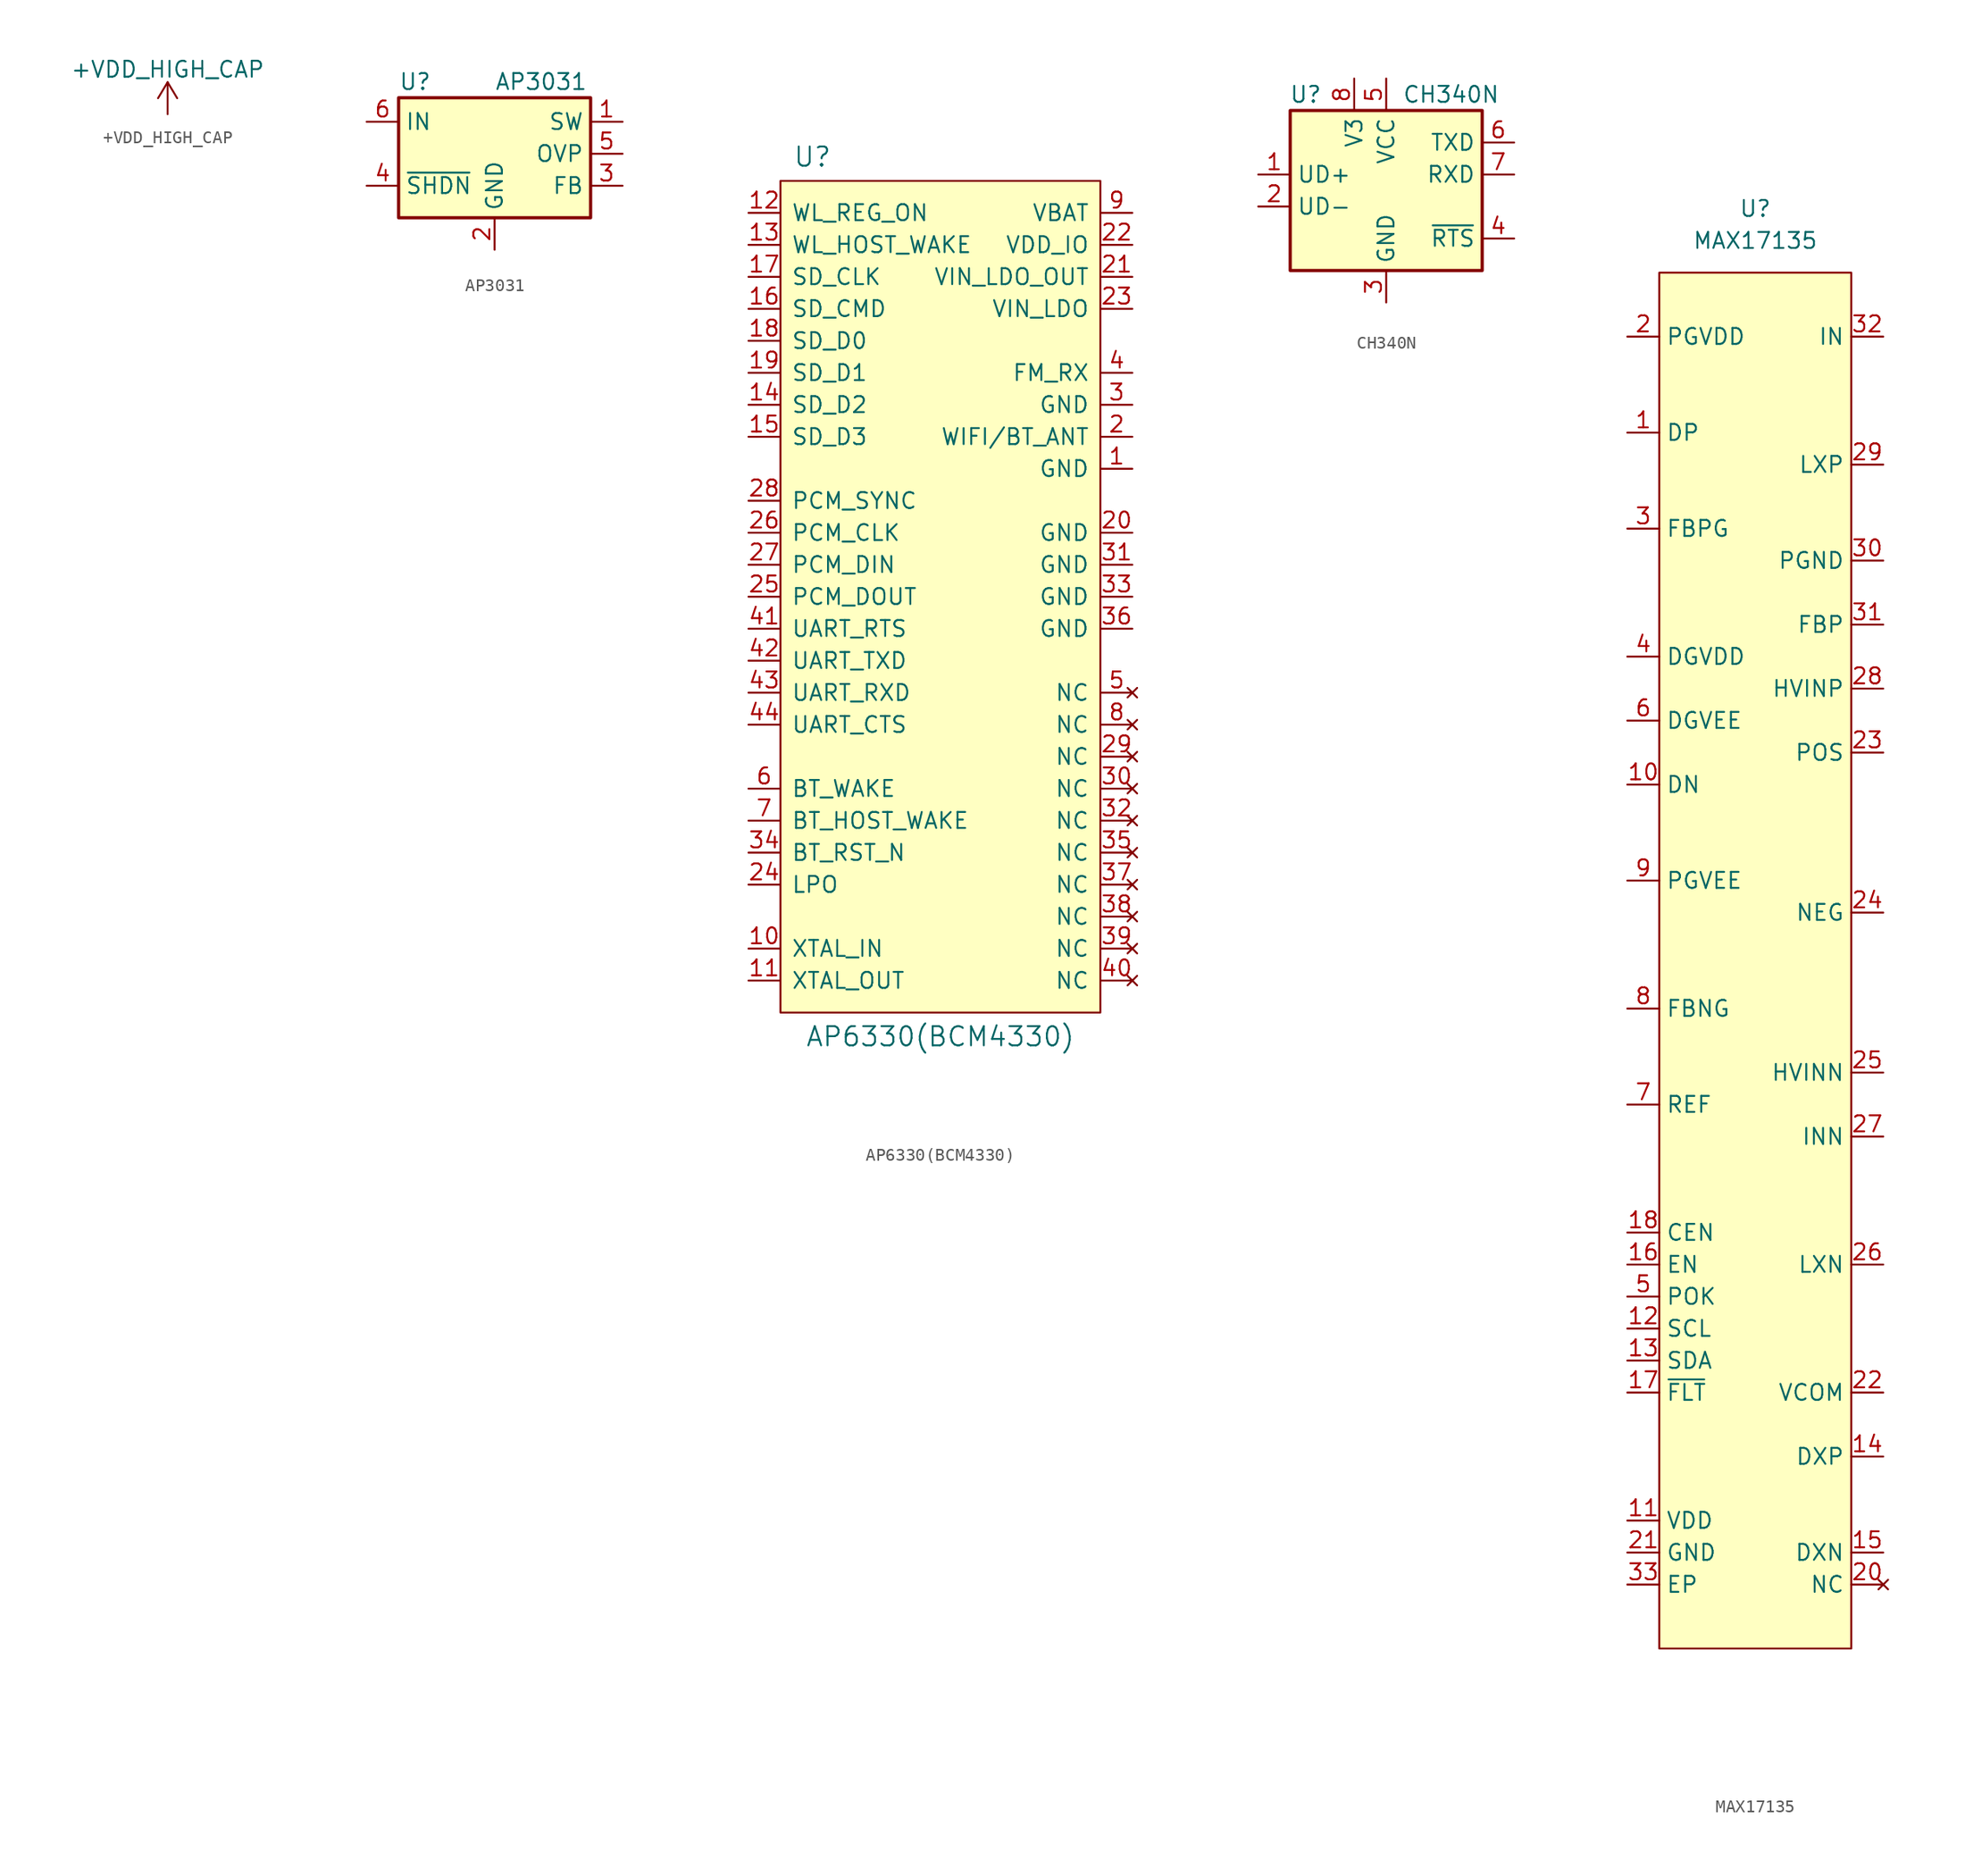
<source format=kicad_sym>
(kicad_symbol_lib
  (version 20210619)
  (generator kicad_symbol_editor)
  (symbol "symbols:+VDD_HIGH_CAP"
    (power)
    (pin_names
      (offset 0))
    (property "Reference" "#PWR"
      (at 0 -3.81 0)
      (effects (font (size 1.27 1.27)) hide))
    (property "Value" "+VDD_HIGH_CAP"
      (at 0 3.556 0)
      (effects (font (size 1.27 1.27))))
    (symbol "+VDD_HIGH_CAP_0_1"
      (polyline (pts (xy -0.762 1.27) (xy 0 2.54)) (stroke (width 0)) (fill (type none)))
      (polyline (pts (xy 0 0) (xy 0 2.54)) (stroke (width 0)) (fill (type none)))
      (polyline (pts (xy 0 2.54) (xy 0.762 1.27)) (stroke (width 0)) (fill (type none))))
    (symbol "+VDD_HIGH_CAP_1_1"
      (pin power_in line (at 0 0 90) (length 0) hide (name "+VDD_HIGH_CAP" (effects (font (size 1.27 1.27)))) (number "1" (effects (font (size 1.27 1.27)))))))
  (symbol "symbols:AP3031"
    (property "Reference" "U"
      (at -7.62 5.715 0)
      (effects (font (size 1.27 1.27)) (justify left)))
    (property "Value" "AP3031"
      (at 0 5.715 0)
      (effects (font (size 1.27 1.27)) (justify left)))
    (symbol "AP3031_0_1"
      (rectangle (start -7.62 4.445) (end 7.62 -5.08) (stroke (width 0.254)) (fill (type background))))
    (symbol "AP3031_1_1"
      (pin passive line (at 10.16 2.54 180) (length 2.54) (name "SW" (effects (font (size 1.27 1.27)))) (number "1" (effects (font (size 1.27 1.27)))))
      (pin power_in line (at 0 -7.62 90) (length 2.54) (name "GND" (effects (font (size 1.27 1.27)))) (number "2" (effects (font (size 1.27 1.27)))))
      (pin input line (at 10.16 -2.54 180) (length 2.54) (name "FB" (effects (font (size 1.27 1.27)))) (number "3" (effects (font (size 1.27 1.27)))))
      (pin input line (at -10.16 -2.54 0) (length 2.54) (name "~{SHDN}" (effects (font (size 1.27 1.27)))) (number "4" (effects (font (size 1.27 1.27)))))
      (pin input line (at 10.16 0 180) (length 2.54) (name "OVP" (effects (font (size 1.27 1.27)))) (number "5" (effects (font (size 1.27 1.27)))))
      (pin power_in line (at -10.16 2.54 0) (length 2.54) (name "IN" (effects (font (size 1.27 1.27)))) (number "6" (effects (font (size 1.27 1.27)))))))
  (symbol "symbols:AP6330(BCM4330)"
    (pin_names
      (offset 0.889))
    (property "Reference" "U"
      (at -10.16 34.925 0)
      (effects (font (size 1.524 1.524))))
    (property "Value" "AP6330(BCM4330)"
      (at 0 -34.925 0)
      (effects (font (size 1.524 1.524))))
    (symbol "AP6330(BCM4330)_0_1"
      (rectangle (start 12.7 33.02) (end -12.7 -33.02) (stroke (width 0)) (fill (type background))))
    (symbol "AP6330(BCM4330)_1_1"
      (pin power_in line (at 15.24 10.16 180) (length 2.489) (name "GND" (effects (font (size 1.27 1.27)))) (number "1" (effects (font (size 1.27 1.27)))))
      (pin input line (at -15.24 -27.94 0) (length 2.489) (name "XTAL_IN" (effects (font (size 1.27 1.27)))) (number "10" (effects (font (size 1.27 1.27)))))
      (pin output line (at -15.24 -30.48 0) (length 2.489) (name "XTAL_OUT" (effects (font (size 1.27 1.27)))) (number "11" (effects (font (size 1.27 1.27)))))
      (pin input line (at -15.24 30.48 0) (length 2.489) (name "WL_REG_ON" (effects (font (size 1.27 1.27)))) (number "12" (effects (font (size 1.27 1.27)))))
      (pin output line (at -15.24 27.94 0) (length 2.489) (name "WL_HOST_WAKE" (effects (font (size 1.27 1.27)))) (number "13" (effects (font (size 1.27 1.27)))))
      (pin bidirectional line (at -15.24 15.24 0) (length 2.489) (name "SD_D2" (effects (font (size 1.27 1.27)))) (number "14" (effects (font (size 1.27 1.27)))))
      (pin bidirectional line (at -15.24 12.7 0) (length 2.489) (name "SD_D3" (effects (font (size 1.27 1.27)))) (number "15" (effects (font (size 1.27 1.27)))))
      (pin bidirectional line (at -15.24 22.86 0) (length 2.489) (name "SD_CMD" (effects (font (size 1.27 1.27)))) (number "16" (effects (font (size 1.27 1.27)))))
      (pin input line (at -15.24 25.4 0) (length 2.489) (name "SD_CLK" (effects (font (size 1.27 1.27)))) (number "17" (effects (font (size 1.27 1.27)))))
      (pin bidirectional line (at -15.24 20.32 0) (length 2.489) (name "SD_D0" (effects (font (size 1.27 1.27)))) (number "18" (effects (font (size 1.27 1.27)))))
      (pin bidirectional line (at -15.24 17.78 0) (length 2.489) (name "SD_D1" (effects (font (size 1.27 1.27)))) (number "19" (effects (font (size 1.27 1.27)))))
      (pin bidirectional line (at 15.24 12.7 180) (length 2.489) (name "WIFI/BT_ANT" (effects (font (size 1.27 1.27)))) (number "2" (effects (font (size 1.27 1.27)))))
      (pin power_in line (at 15.24 5.08 180) (length 2.489) (name "GND" (effects (font (size 1.27 1.27)))) (number "20" (effects (font (size 1.27 1.27)))))
      (pin power_out line (at 15.24 25.4 180) (length 2.489) (name "VIN_LDO_OUT" (effects (font (size 1.27 1.27)))) (number "21" (effects (font (size 1.27 1.27)))))
      (pin power_in line (at 15.24 27.94 180) (length 2.489) (name "VDD_IO" (effects (font (size 1.27 1.27)))) (number "22" (effects (font (size 1.27 1.27)))))
      (pin power_in line (at 15.24 22.86 180) (length 2.489) (name "VIN_LDO" (effects (font (size 1.27 1.27)))) (number "23" (effects (font (size 1.27 1.27)))))
      (pin bidirectional line (at -15.24 -22.86 0) (length 2.489) (name "LPO" (effects (font (size 1.27 1.27)))) (number "24" (effects (font (size 1.27 1.27)))))
      (pin output line (at -15.24 0 0) (length 2.489) (name "PCM_DOUT" (effects (font (size 1.27 1.27)))) (number "25" (effects (font (size 1.27 1.27)))))
      (pin input line (at -15.24 5.08 0) (length 2.489) (name "PCM_CLK" (effects (font (size 1.27 1.27)))) (number "26" (effects (font (size 1.27 1.27)))))
      (pin input line (at -15.24 2.54 0) (length 2.489) (name "PCM_DIN" (effects (font (size 1.27 1.27)))) (number "27" (effects (font (size 1.27 1.27)))))
      (pin input line (at -15.24 7.62 0) (length 2.489) (name "PCM_SYNC" (effects (font (size 1.27 1.27)))) (number "28" (effects (font (size 1.27 1.27)))))
      (pin no_connect line (at 15.24 -12.7 180) (length 2.489) (name "NC" (effects (font (size 1.27 1.27)))) (number "29" (effects (font (size 1.27 1.27)))))
      (pin power_in line (at 15.24 15.24 180) (length 2.489) (name "GND" (effects (font (size 1.27 1.27)))) (number "3" (effects (font (size 1.27 1.27)))))
      (pin no_connect line (at 15.24 -15.24 180) (length 2.489) (name "NC" (effects (font (size 1.27 1.27)))) (number "30" (effects (font (size 1.27 1.27)))))
      (pin power_in line (at 15.24 2.54 180) (length 2.489) (name "GND" (effects (font (size 1.27 1.27)))) (number "31" (effects (font (size 1.27 1.27)))))
      (pin no_connect line (at 15.24 -17.78 180) (length 2.489) (name "NC" (effects (font (size 1.27 1.27)))) (number "32" (effects (font (size 1.27 1.27)))))
      (pin power_in line (at 15.24 0 180) (length 2.489) (name "GND" (effects (font (size 1.27 1.27)))) (number "33" (effects (font (size 1.27 1.27)))))
      (pin input line (at -15.24 -20.32 0) (length 2.489) (name "BT_RST_N" (effects (font (size 1.27 1.27)))) (number "34" (effects (font (size 1.27 1.27)))))
      (pin no_connect line (at 15.24 -20.32 180) (length 2.489) (name "NC" (effects (font (size 1.27 1.27)))) (number "35" (effects (font (size 1.27 1.27)))))
      (pin power_in line (at 15.24 -2.54 180) (length 2.489) (name "GND" (effects (font (size 1.27 1.27)))) (number "36" (effects (font (size 1.27 1.27)))))
      (pin no_connect line (at 15.24 -22.86 180) (length 2.489) (name "NC" (effects (font (size 1.27 1.27)))) (number "37" (effects (font (size 1.27 1.27)))))
      (pin no_connect line (at 15.24 -25.4 180) (length 2.489) (name "NC" (effects (font (size 1.27 1.27)))) (number "38" (effects (font (size 1.27 1.27)))))
      (pin no_connect line (at 15.24 -27.94 180) (length 2.489) (name "NC" (effects (font (size 1.27 1.27)))) (number "39" (effects (font (size 1.27 1.27)))))
      (pin input line (at 15.24 17.78 180) (length 2.489) (name "FM_RX" (effects (font (size 1.27 1.27)))) (number "4" (effects (font (size 1.27 1.27)))))
      (pin no_connect line (at 15.24 -30.48 180) (length 2.489) (name "NC" (effects (font (size 1.27 1.27)))) (number "40" (effects (font (size 1.27 1.27)))))
      (pin output line (at -15.24 -2.54 0) (length 2.489) (name "UART_RTS" (effects (font (size 1.27 1.27)))) (number "41" (effects (font (size 1.27 1.27)))))
      (pin output line (at -15.24 -5.08 0) (length 2.489) (name "UART_TXD" (effects (font (size 1.27 1.27)))) (number "42" (effects (font (size 1.27 1.27)))))
      (pin input line (at -15.24 -7.62 0) (length 2.489) (name "UART_RXD" (effects (font (size 1.27 1.27)))) (number "43" (effects (font (size 1.27 1.27)))))
      (pin input line (at -15.24 -10.16 0) (length 2.489) (name "UART_CTS" (effects (font (size 1.27 1.27)))) (number "44" (effects (font (size 1.27 1.27)))))
      (pin no_connect line (at 15.24 -7.62 180) (length 2.489) (name "NC" (effects (font (size 1.27 1.27)))) (number "5" (effects (font (size 1.27 1.27)))))
      (pin input line (at -15.24 -15.24 0) (length 2.489) (name "BT_WAKE" (effects (font (size 1.27 1.27)))) (number "6" (effects (font (size 1.27 1.27)))))
      (pin output line (at -15.24 -17.78 0) (length 2.489) (name "BT_HOST_WAKE" (effects (font (size 1.27 1.27)))) (number "7" (effects (font (size 1.27 1.27)))))
      (pin no_connect line (at 15.24 -10.16 180) (length 2.489) (name "NC" (effects (font (size 1.27 1.27)))) (number "8" (effects (font (size 1.27 1.27)))))
      (pin power_in line (at 15.24 30.48 180) (length 2.489) (name "VBAT" (effects (font (size 1.27 1.27)))) (number "9" (effects (font (size 1.27 1.27)))))))
  (symbol "symbols:CH340N"
    (property "Reference" "U"
      (at -5.08 8.89 0)
      (effects (font (size 1.27 1.27)) (justify right)))
    (property "Value" "CH340N"
      (at 1.27 8.89 0)
      (effects (font (size 1.27 1.27)) (justify left)))
    (symbol "CH340N_0_1"
      (rectangle (start -7.62 7.62) (end 7.62 -5.08) (stroke (width 0.254)) (fill (type background))))
    (symbol "CH340N_1_1"
      (pin bidirectional line (at -10.16 2.54 0) (length 2.54) (name "UD+" (effects (font (size 1.27 1.27)))) (number "1" (effects (font (size 1.27 1.27)))))
      (pin bidirectional line (at -10.16 0 0) (length 2.54) (name "UD-" (effects (font (size 1.27 1.27)))) (number "2" (effects (font (size 1.27 1.27)))))
      (pin power_in line (at 0 -7.62 90) (length 2.54) (name "GND" (effects (font (size 1.27 1.27)))) (number "3" (effects (font (size 1.27 1.27)))))
      (pin output line (at 10.16 -2.54 180) (length 2.54) (name "~{RTS}" (effects (font (size 1.27 1.27)))) (number "4" (effects (font (size 1.27 1.27)))))
      (pin power_in line (at 0 10.16 270) (length 2.54) (name "VCC" (effects (font (size 1.27 1.27)))) (number "5" (effects (font (size 1.27 1.27)))))
      (pin output line (at 10.16 5.08 180) (length 2.54) (name "TXD" (effects (font (size 1.27 1.27)))) (number "6" (effects (font (size 1.27 1.27)))))
      (pin input line (at 10.16 2.54 180) (length 2.54) (name "RXD" (effects (font (size 1.27 1.27)))) (number "7" (effects (font (size 1.27 1.27)))))
      (pin passive line (at -2.54 10.16 270) (length 2.54) (name "V3" (effects (font (size 1.27 1.27)))) (number "8" (effects (font (size 1.27 1.27)))))))
  (symbol "symbols:MAX17135"
    (property "Reference" "U"
      (at 0 0 0)
      (effects (font (size 1.27 1.27))))
    (property "Value" "MAX17135"
      (at 0 -2.54 0)
      (effects (font (size 1.27 1.27))))
    (symbol "MAX17135_0_1"
      (rectangle (start -7.62 -5.08) (end 7.62 -114.3) (stroke (width 0.152)) (fill (type background))))
    (symbol "MAX17135_1_1"
      (pin input line (at -10.16 -17.78 0) (length 2.54) (name "DP" (effects (font (size 1.27 1.27)))) (number "1" (effects (font (size 1.27 1.27)))))
      (pin input line (at -10.16 -45.72 0) (length 2.54) (name "DN" (effects (font (size 1.27 1.27)))) (number "10" (effects (font (size 1.27 1.27)))))
      (pin input line (at -10.16 -104.14 0) (length 2.54) (name "VDD" (effects (font (size 1.27 1.27)))) (number "11" (effects (font (size 1.27 1.27)))))
      (pin input line (at -10.16 -88.9 0) (length 2.54) (name "SCL" (effects (font (size 1.27 1.27)))) (number "12" (effects (font (size 1.27 1.27)))))
      (pin input line (at -10.16 -91.44 0) (length 2.54) (name "SDA" (effects (font (size 1.27 1.27)))) (number "13" (effects (font (size 1.27 1.27)))))
      (pin input line (at 10.16 -99.06 180) (length 2.54) (name "DXP" (effects (font (size 1.27 1.27)))) (number "14" (effects (font (size 1.27 1.27)))))
      (pin input line (at 10.16 -106.68 180) (length 2.54) (name "DXN" (effects (font (size 1.27 1.27)))) (number "15" (effects (font (size 1.27 1.27)))))
      (pin input line (at -10.16 -83.82 0) (length 2.54) (name "EN" (effects (font (size 1.27 1.27)))) (number "16" (effects (font (size 1.27 1.27)))))
      (pin input line (at -10.16 -93.98 0) (length 2.54) (name "~{FLT}" (effects (font (size 1.27 1.27)))) (number "17" (effects (font (size 1.27 1.27)))))
      (pin input line (at -10.16 -81.28 0) (length 2.54) (name "CEN" (effects (font (size 1.27 1.27)))) (number "18" (effects (font (size 1.27 1.27)))))
      (pin no_connect line (at 10.16 -109.22 180) (length 2.54) hide (name "NC" (effects (font (size 1.27 1.27)))) (number "19" (effects (font (size 1.27 1.27)))))
      (pin input line (at -10.16 -10.16 0) (length 2.54) (name "PGVDD" (effects (font (size 1.27 1.27)))) (number "2" (effects (font (size 1.27 1.27)))))
      (pin no_connect line (at 10.16 -109.22 180) (length 2.54) (name "NC" (effects (font (size 1.27 1.27)))) (number "20" (effects (font (size 1.27 1.27)))))
      (pin input line (at -10.16 -106.68 0) (length 2.54) (name "GND" (effects (font (size 1.27 1.27)))) (number "21" (effects (font (size 1.27 1.27)))))
      (pin input line (at 10.16 -93.98 180) (length 2.54) (name "VCOM" (effects (font (size 1.27 1.27)))) (number "22" (effects (font (size 1.27 1.27)))))
      (pin input line (at 10.16 -43.18 180) (length 2.54) (name "POS" (effects (font (size 1.27 1.27)))) (number "23" (effects (font (size 1.27 1.27)))))
      (pin input line (at 10.16 -55.88 180) (length 2.54) (name "NEG" (effects (font (size 1.27 1.27)))) (number "24" (effects (font (size 1.27 1.27)))))
      (pin input line (at 10.16 -68.58 180) (length 2.54) (name "HVINN" (effects (font (size 1.27 1.27)))) (number "25" (effects (font (size 1.27 1.27)))))
      (pin input line (at 10.16 -83.82 180) (length 2.54) (name "LXN" (effects (font (size 1.27 1.27)))) (number "26" (effects (font (size 1.27 1.27)))))
      (pin input line (at 10.16 -73.66 180) (length 2.54) (name "INN" (effects (font (size 1.27 1.27)))) (number "27" (effects (font (size 1.27 1.27)))))
      (pin input line (at 10.16 -38.1 180) (length 2.54) (name "HVINP" (effects (font (size 1.27 1.27)))) (number "28" (effects (font (size 1.27 1.27)))))
      (pin input line (at 10.16 -20.32 180) (length 2.54) (name "LXP" (effects (font (size 1.27 1.27)))) (number "29" (effects (font (size 1.27 1.27)))))
      (pin input line (at -10.16 -25.4 0) (length 2.54) (name "FBPG" (effects (font (size 1.27 1.27)))) (number "3" (effects (font (size 1.27 1.27)))))
      (pin input line (at 10.16 -27.94 180) (length 2.54) (name "PGND" (effects (font (size 1.27 1.27)))) (number "30" (effects (font (size 1.27 1.27)))))
      (pin input line (at 10.16 -33.02 180) (length 2.54) (name "FBP" (effects (font (size 1.27 1.27)))) (number "31" (effects (font (size 1.27 1.27)))))
      (pin input line (at 10.16 -10.16 180) (length 2.54) (name "IN" (effects (font (size 1.27 1.27)))) (number "32" (effects (font (size 1.27 1.27)))))
      (pin input line (at -10.16 -109.22 0) (length 2.54) (name "EP" (effects (font (size 1.27 1.27)))) (number "33" (effects (font (size 1.27 1.27)))))
      (pin input line (at -10.16 -35.56 0) (length 2.54) (name "DGVDD" (effects (font (size 1.27 1.27)))) (number "4" (effects (font (size 1.27 1.27)))))
      (pin input line (at -10.16 -86.36 0) (length 2.54) (name "POK" (effects (font (size 1.27 1.27)))) (number "5" (effects (font (size 1.27 1.27)))))
      (pin input line (at -10.16 -40.64 0) (length 2.54) (name "DGVEE" (effects (font (size 1.27 1.27)))) (number "6" (effects (font (size 1.27 1.27)))))
      (pin input line (at -10.16 -71.12 0) (length 2.54) (name "REF" (effects (font (size 1.27 1.27)))) (number "7" (effects (font (size 1.27 1.27)))))
      (pin input line (at -10.16 -63.5 0) (length 2.54) (name "FBNG" (effects (font (size 1.27 1.27)))) (number "8" (effects (font (size 1.27 1.27)))))
      (pin input line (at -10.16 -53.34 0) (length 2.54) (name "PGVEE" (effects (font (size 1.27 1.27)))) (number "9" (effects (font (size 1.27 1.27))))))))
</source>
